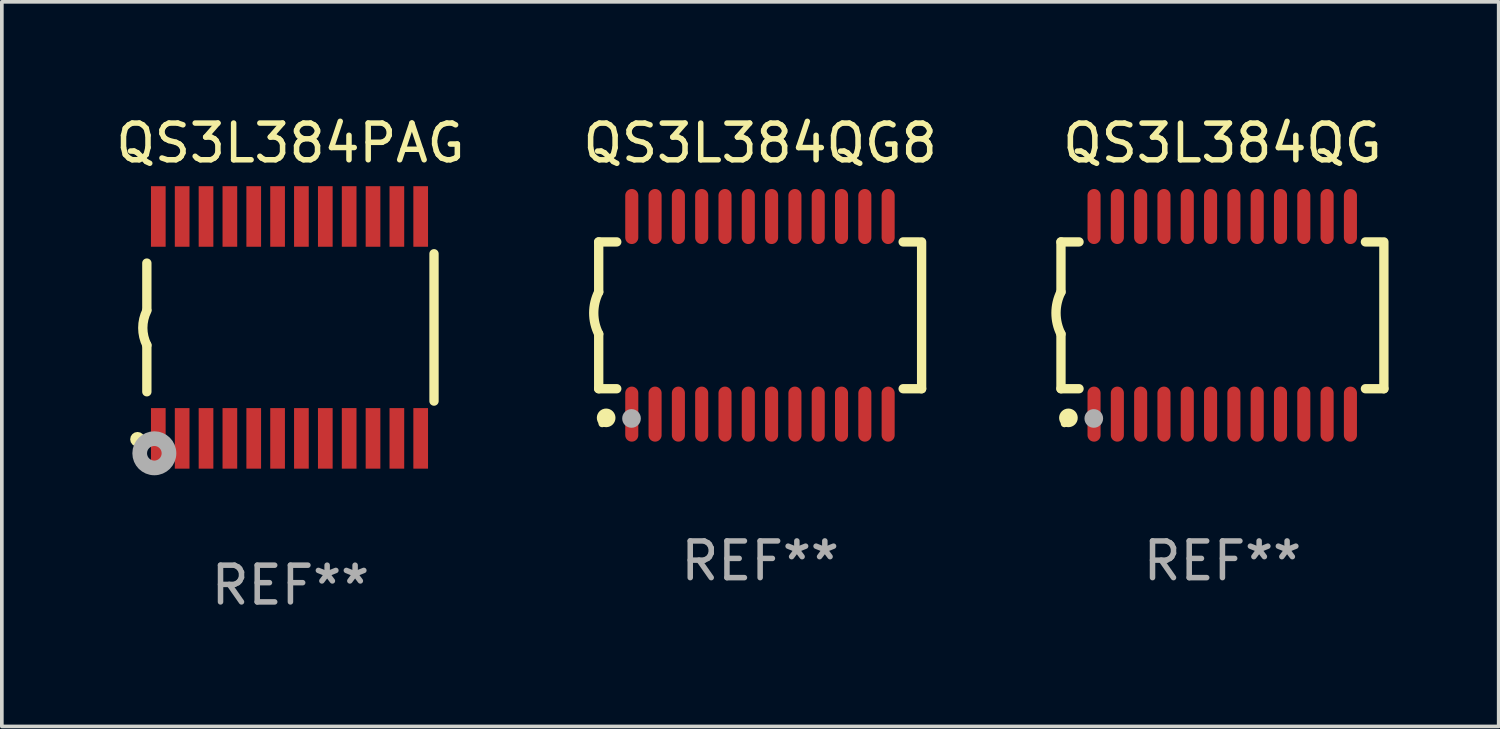
<source format=kicad_pcb>
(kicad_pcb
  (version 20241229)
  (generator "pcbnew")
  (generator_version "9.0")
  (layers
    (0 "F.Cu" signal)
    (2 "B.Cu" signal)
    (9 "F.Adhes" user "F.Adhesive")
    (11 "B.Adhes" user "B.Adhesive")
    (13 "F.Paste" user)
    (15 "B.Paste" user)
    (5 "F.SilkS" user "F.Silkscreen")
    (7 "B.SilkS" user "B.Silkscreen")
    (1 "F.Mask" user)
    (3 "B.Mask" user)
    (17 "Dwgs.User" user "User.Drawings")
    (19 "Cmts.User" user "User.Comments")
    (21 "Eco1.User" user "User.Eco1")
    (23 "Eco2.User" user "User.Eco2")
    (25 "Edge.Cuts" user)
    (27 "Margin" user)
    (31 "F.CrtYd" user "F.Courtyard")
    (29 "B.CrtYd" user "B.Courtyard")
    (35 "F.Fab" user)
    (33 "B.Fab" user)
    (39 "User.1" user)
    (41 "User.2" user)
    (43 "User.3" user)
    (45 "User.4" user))
  (footprint "QS3L384PAG"
    (layer "F.Cu")
    (at 4.863 5.871)
    (property "Reference" "QS3L384PAG" (at 0 -5.023 0) (layer "F.SilkS") (effects (font (size 1 1) (thickness 0.15))))
    (attr through_hole)
    (fp_line (start -3.912 -0.483) (end -3.912 -1.753) (stroke (width 0.254) (type solid)) (layer "F.SilkS"))
    (fp_line (start -3.912 1.753) (end -3.912 0.483) (stroke (width 0.254) (type solid)) (layer "F.SilkS"))
    (fp_line (start 3.912 -2.007) (end 3.912 2.007) (stroke (width 0.254) (type solid)) (layer "F.SilkS"))
    (fp_arc (start -3.911608 0.482601) (mid -4.022537 0.0127) (end -3.911608 -0.457201) (stroke (width 0.254001) (type solid)) (layer "F.SilkS"))
    (fp_circle (center -4.166 3.048) (end -4.066 3.048) (stroke (width 0.2) (type solid)) (fill no) (layer "F.SilkS"))
    (fp_circle (center -3.925 3.186) (end -3.895 3.186) (stroke (width 0.06) (type solid)) (fill no) (layer "F.SilkS"))
    (fp_circle (center -3.708 3.429) (end -3.509 3.429) (stroke (width 0.4) (type solid)) (fill no) (layer "F.Fab"))
    (fp_text user "REF**" (at 0 7.023 0) (layer "F.Fab") (effects (font (size 1 1) (thickness 0.15))))
    (pad "1" smd rect (at -3.6 3.023) (size 0.4 1.65) (layers "F.Cu" "F.Mask" "F.Paste"))
    (pad "2" smd rect (at -2.95 3.023) (size 0.4 1.65) (layers "F.Cu" "F.Mask" "F.Paste"))
    (pad "3" smd rect (at -2.3 3.023) (size 0.4 1.65) (layers "F.Cu" "F.Mask" "F.Paste"))
    (pad "4" smd rect (at -1.65 3.023) (size 0.4 1.65) (layers "F.Cu" "F.Mask" "F.Paste"))
    (pad "5" smd rect (at -1 3.023) (size 0.4 1.65) (layers "F.Cu" "F.Mask" "F.Paste"))
    (pad "6" smd rect (at -0.35 3.023) (size 0.4 1.65) (layers "F.Cu" "F.Mask" "F.Paste"))
    (pad "7" smd rect (at 0.299 3.023) (size 0.4 1.65) (layers "F.Cu" "F.Mask" "F.Paste"))
    (pad "8" smd rect (at 0.95 3.023) (size 0.4 1.65) (layers "F.Cu" "F.Mask" "F.Paste"))
    (pad "9" smd rect (at 1.6 3.023) (size 0.4 1.65) (layers "F.Cu" "F.Mask" "F.Paste"))
    (pad "10" smd rect (at 2.25 3.023) (size 0.4 1.65) (layers "F.Cu" "F.Mask" "F.Paste"))
    (pad "11" smd rect (at 2.9 3.023) (size 0.4 1.65) (layers "F.Cu" "F.Mask" "F.Paste"))
    (pad "12" smd rect (at 3.549 3.023) (size 0.4 1.65) (layers "F.Cu" "F.Mask" "F.Paste"))
    (pad "13" smd rect (at 3.549 -3.023) (size 0.4 1.65) (layers "F.Cu" "F.Mask" "F.Paste"))
    (pad "14" smd rect (at 2.9 -3.023) (size 0.4 1.65) (layers "F.Cu" "F.Mask" "F.Paste"))
    (pad "15" smd rect (at 2.25 -3.023) (size 0.4 1.65) (layers "F.Cu" "F.Mask" "F.Paste"))
    (pad "16" smd rect (at 1.6 -3.023) (size 0.4 1.65) (layers "F.Cu" "F.Mask" "F.Paste"))
    (pad "17" smd rect (at 0.95 -3.023) (size 0.4 1.65) (layers "F.Cu" "F.Mask" "F.Paste"))
    (pad "18" smd rect (at 0.299 -3.023) (size 0.4 1.65) (layers "F.Cu" "F.Mask" "F.Paste"))
    (pad "19" smd rect (at -0.35 -3.023) (size 0.4 1.65) (layers "F.Cu" "F.Mask" "F.Paste"))
    (pad "20" smd rect (at -1 -3.023) (size 0.4 1.65) (layers "F.Cu" "F.Mask" "F.Paste"))
    (pad "21" smd rect (at -1.65 -3.023) (size 0.4 1.65) (layers "F.Cu" "F.Mask" "F.Paste"))
    (pad "22" smd rect (at -2.3 -3.023) (size 0.4 1.65) (layers "F.Cu" "F.Mask" "F.Paste"))
    (pad "23" smd rect (at -2.95 -3.023) (size 0.4 1.65) (layers "F.Cu" "F.Mask" "F.Paste"))
    (pad "24" smd rect (at -3.6 -3.023) (size 0.4 1.65) (layers "F.Cu" "F.Mask" "F.Paste")))
  (footprint "QS3L384QG"
    (layer "F.Cu")
    (at 30.256 5.541)
    (property "Reference" "QS3L384QG" (at 0 -4.692 0) (layer "F.SilkS") (effects (font (size 1 1) (thickness 0.15))))
    (attr through_hole)
    (fp_line (start -4.399 -2) (end -4.399 -0.635) (stroke (width 0.254) (type solid)) (layer "F.SilkS"))
    (fp_line (start -4.399 -2) (end -3.907 -2) (stroke (width 0.254) (type solid)) (layer "F.SilkS"))
    (fp_line (start -4.399 2) (end -4.399 0.508) (stroke (width 0.254) (type solid)) (layer "F.SilkS"))
    (fp_line (start -4.399 2) (end -3.907 2) (stroke (width 0.254) (type solid)) (layer "F.SilkS"))
    (fp_line (start 3.896 -2) (end 4.313 -2) (stroke (width 0.254) (type solid)) (layer "F.SilkS"))
    (fp_line (start 3.896 2) (end 4.399 2) (stroke (width 0.254) (type solid)) (layer "F.SilkS"))
    (fp_line (start 4.399 2) (end 4.399 -2) (stroke (width 0.254) (type solid)) (layer "F.SilkS"))
    (fp_arc (start -4.399301 0.508001) (mid -4.534214 -0.0635) (end -4.399301 -0.635001) (stroke (width 0.254001) (type solid)) (layer "F.SilkS"))
    (fp_circle (center -4.305 2.95) (end -4.255 2.95) (stroke (width 0.1) (type solid)) (fill no) (layer "F.SilkS"))
    (fp_circle (center -4.196 2.794) (end -4.069 2.794) (stroke (width 0.254) (type solid)) (fill no) (layer "F.SilkS"))
    (fp_circle (center -3.505 2.81) (end -3.378 2.81) (stroke (width 0.254) (type solid)) (fill no) (layer "F.Fab"))
    (fp_text user "REF**" (at 0 6.692 0) (layer "F.Fab") (effects (font (size 1 1) (thickness 0.15))))
    (pad "1" smd oval (at -3.498 2.692 90) (size 1.5 0.356) (layers "F.Cu" "F.Mask" "F.Paste"))
    (pad "2" smd oval (at -2.863 2.692 90) (size 1.5 0.356) (layers "F.Cu" "F.Mask" "F.Paste"))
    (pad "3" smd oval (at -2.228 2.692 90) (size 1.5 0.356) (layers "F.Cu" "F.Mask" "F.Paste"))
    (pad "4" smd oval (at -1.593 2.692 90) (size 1.5 0.356) (layers "F.Cu" "F.Mask" "F.Paste"))
    (pad "5" smd oval (at -0.958 2.692 90) (size 1.5 0.356) (layers "F.Cu" "F.Mask" "F.Paste"))
    (pad "6" smd oval (at -0.323 2.692 90) (size 1.5 0.356) (layers "F.Cu" "F.Mask" "F.Paste"))
    (pad "7" smd oval (at 0.312 2.692 90) (size 1.5 0.356) (layers "F.Cu" "F.Mask" "F.Paste"))
    (pad "8" smd oval (at 0.947 2.692 90) (size 1.5 0.356) (layers "F.Cu" "F.Mask" "F.Paste"))
    (pad "9" smd oval (at 1.582 2.692 90) (size 1.5 0.356) (layers "F.Cu" "F.Mask" "F.Paste"))
    (pad "10" smd oval (at 2.217 2.692 90) (size 1.5 0.356) (layers "F.Cu" "F.Mask" "F.Paste"))
    (pad "11" smd oval (at 2.852 2.692 90) (size 1.5 0.356) (layers "F.Cu" "F.Mask" "F.Paste"))
    (pad "12" smd oval (at 3.487 2.692 90) (size 1.5 0.356) (layers "F.Cu" "F.Mask" "F.Paste"))
    (pad "13" smd oval (at 3.487 -2.692 90) (size 1.5 0.356) (layers "F.Cu" "F.Mask" "F.Paste"))
    (pad "14" smd oval (at 2.852 -2.692 90) (size 1.5 0.356) (layers "F.Cu" "F.Mask" "F.Paste"))
    (pad "15" smd oval (at 2.217 -2.692 90) (size 1.5 0.356) (layers "F.Cu" "F.Mask" "F.Paste"))
    (pad "16" smd oval (at 1.582 -2.692 90) (size 1.5 0.356) (layers "F.Cu" "F.Mask" "F.Paste"))
    (pad "17" smd oval (at 0.947 -2.692 90) (size 1.5 0.356) (layers "F.Cu" "F.Mask" "F.Paste"))
    (pad "18" smd oval (at 0.312 -2.692 90) (size 1.5 0.356) (layers "F.Cu" "F.Mask" "F.Paste"))
    (pad "19" smd oval (at -0.323 -2.692 90) (size 1.5 0.356) (layers "F.Cu" "F.Mask" "F.Paste"))
    (pad "20" smd oval (at -0.958 -2.692 90) (size 1.5 0.356) (layers "F.Cu" "F.Mask" "F.Paste"))
    (pad "21" smd oval (at -1.593 -2.692 90) (size 1.5 0.356) (layers "F.Cu" "F.Mask" "F.Paste"))
    (pad "22" smd oval (at -2.228 -2.692 90) (size 1.5 0.356) (layers "F.Cu" "F.Mask" "F.Paste"))
    (pad "23" smd oval (at -2.863 -2.692 90) (size 1.5 0.356) (layers "F.Cu" "F.Mask" "F.Paste"))
    (pad "24" smd oval (at -3.498 -2.692 90) (size 1.5 0.356) (layers "F.Cu" "F.Mask" "F.Paste")))
  (footprint "QS3L384QG8"
    (layer "F.Cu")
    (at 17.661 5.541)
    (property "Reference" "QS3L384QG8" (at 0 -4.692 0) (layer "F.SilkS") (effects (font (size 1 1) (thickness 0.15))))
    (attr through_hole)
    (fp_line (start -4.399 -2) (end -4.399 -0.635) (stroke (width 0.254) (type solid)) (layer "F.SilkS"))
    (fp_line (start -4.399 -2) (end -3.907 -2) (stroke (width 0.254) (type solid)) (layer "F.SilkS"))
    (fp_line (start -4.399 2) (end -4.399 0.508) (stroke (width 0.254) (type solid)) (layer "F.SilkS"))
    (fp_line (start -4.399 2) (end -3.907 2) (stroke (width 0.254) (type solid)) (layer "F.SilkS"))
    (fp_line (start 3.896 -2) (end 4.313 -2) (stroke (width 0.254) (type solid)) (layer "F.SilkS"))
    (fp_line (start 3.896 2) (end 4.399 2) (stroke (width 0.254) (type solid)) (layer "F.SilkS"))
    (fp_line (start 4.399 2) (end 4.399 -2) (stroke (width 0.254) (type solid)) (layer "F.SilkS"))
    (fp_arc (start -4.399301 0.508001) (mid -4.534214 -0.0635) (end -4.399301 -0.635001) (stroke (width 0.254001) (type solid)) (layer "F.SilkS"))
    (fp_circle (center -4.305 2.95) (end -4.255 2.95) (stroke (width 0.1) (type solid)) (fill no) (layer "F.SilkS"))
    (fp_circle (center -4.196 2.794) (end -4.069 2.794) (stroke (width 0.254) (type solid)) (fill no) (layer "F.SilkS"))
    (fp_circle (center -3.505 2.81) (end -3.378 2.81) (stroke (width 0.254) (type solid)) (fill no) (layer "F.Fab"))
    (fp_text user "REF**" (at 0 6.692 0) (layer "F.Fab") (effects (font (size 1 1) (thickness 0.15))))
    (pad "1" smd oval (at -3.498 2.692 90) (size 1.5 0.356) (layers "F.Cu" "F.Mask" "F.Paste"))
    (pad "2" smd oval (at -2.863 2.692 90) (size 1.5 0.356) (layers "F.Cu" "F.Mask" "F.Paste"))
    (pad "3" smd oval (at -2.228 2.692 90) (size 1.5 0.356) (layers "F.Cu" "F.Mask" "F.Paste"))
    (pad "4" smd oval (at -1.593 2.692 90) (size 1.5 0.356) (layers "F.Cu" "F.Mask" "F.Paste"))
    (pad "5" smd oval (at -0.958 2.692 90) (size 1.5 0.356) (layers "F.Cu" "F.Mask" "F.Paste"))
    (pad "6" smd oval (at -0.323 2.692 90) (size 1.5 0.356) (layers "F.Cu" "F.Mask" "F.Paste"))
    (pad "7" smd oval (at 0.312 2.692 90) (size 1.5 0.356) (layers "F.Cu" "F.Mask" "F.Paste"))
    (pad "8" smd oval (at 0.947 2.692 90) (size 1.5 0.356) (layers "F.Cu" "F.Mask" "F.Paste"))
    (pad "9" smd oval (at 1.582 2.692 90) (size 1.5 0.356) (layers "F.Cu" "F.Mask" "F.Paste"))
    (pad "10" smd oval (at 2.217 2.692 90) (size 1.5 0.356) (layers "F.Cu" "F.Mask" "F.Paste"))
    (pad "11" smd oval (at 2.852 2.692 90) (size 1.5 0.356) (layers "F.Cu" "F.Mask" "F.Paste"))
    (pad "12" smd oval (at 3.487 2.692 90) (size 1.5 0.356) (layers "F.Cu" "F.Mask" "F.Paste"))
    (pad "13" smd oval (at 3.487 -2.692 90) (size 1.5 0.356) (layers "F.Cu" "F.Mask" "F.Paste"))
    (pad "14" smd oval (at 2.852 -2.692 90) (size 1.5 0.356) (layers "F.Cu" "F.Mask" "F.Paste"))
    (pad "15" smd oval (at 2.217 -2.692 90) (size 1.5 0.356) (layers "F.Cu" "F.Mask" "F.Paste"))
    (pad "16" smd oval (at 1.582 -2.692 90) (size 1.5 0.356) (layers "F.Cu" "F.Mask" "F.Paste"))
    (pad "17" smd oval (at 0.947 -2.692 90) (size 1.5 0.356) (layers "F.Cu" "F.Mask" "F.Paste"))
    (pad "18" smd oval (at 0.312 -2.692 90) (size 1.5 0.356) (layers "F.Cu" "F.Mask" "F.Paste"))
    (pad "19" smd oval (at -0.323 -2.692 90) (size 1.5 0.356) (layers "F.Cu" "F.Mask" "F.Paste"))
    (pad "20" smd oval (at -0.958 -2.692 90) (size 1.5 0.356) (layers "F.Cu" "F.Mask" "F.Paste"))
    (pad "21" smd oval (at -1.593 -2.692 90) (size 1.5 0.356) (layers "F.Cu" "F.Mask" "F.Paste"))
    (pad "22" smd oval (at -2.228 -2.692 90) (size 1.5 0.356) (layers "F.Cu" "F.Mask" "F.Paste"))
    (pad "23" smd oval (at -2.863 -2.692 90) (size 1.5 0.356) (layers "F.Cu" "F.Mask" "F.Paste"))
    (pad "24" smd oval (at -3.498 -2.692 90) (size 1.5 0.356) (layers "F.Cu" "F.Mask" "F.Paste")))
  (gr_rect
    (start -3 -3)
    (end 37.783 16.742)
    (stroke (width 0.1) (type default))
    (fill no)
    (layer "Edge.Cuts")))
</source>
